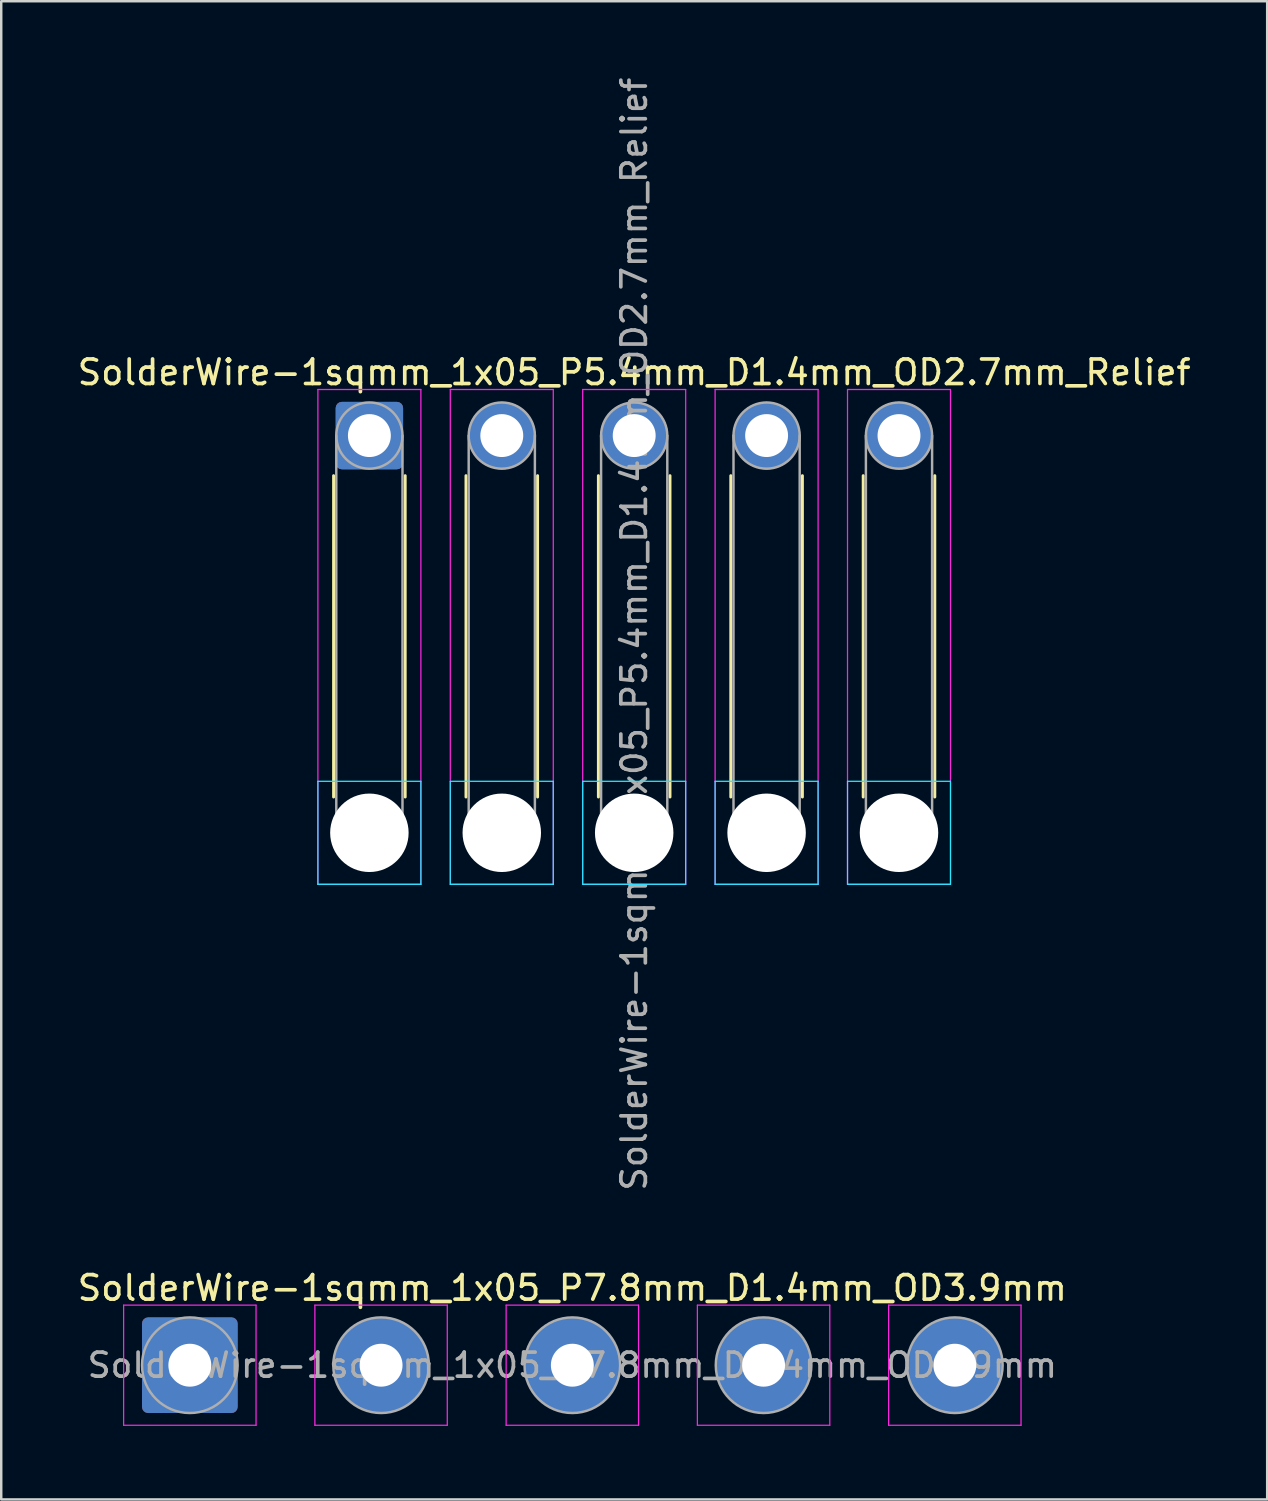
<source format=kicad_pcb>
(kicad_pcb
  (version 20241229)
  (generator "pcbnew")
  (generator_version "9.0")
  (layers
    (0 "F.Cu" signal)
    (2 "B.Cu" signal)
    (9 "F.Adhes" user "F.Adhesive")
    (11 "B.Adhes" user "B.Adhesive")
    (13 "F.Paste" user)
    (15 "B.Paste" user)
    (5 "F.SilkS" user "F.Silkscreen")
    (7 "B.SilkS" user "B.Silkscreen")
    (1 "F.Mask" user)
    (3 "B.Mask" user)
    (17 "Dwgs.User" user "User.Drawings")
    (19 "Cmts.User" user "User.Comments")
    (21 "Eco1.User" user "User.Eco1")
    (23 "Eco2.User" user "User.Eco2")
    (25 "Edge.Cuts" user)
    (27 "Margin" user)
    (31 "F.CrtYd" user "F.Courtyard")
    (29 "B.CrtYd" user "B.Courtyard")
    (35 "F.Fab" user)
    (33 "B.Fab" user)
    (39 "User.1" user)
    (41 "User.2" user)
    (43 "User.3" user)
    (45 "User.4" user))
  (footprint "SolderWire-1sqmm_1x05_P7.8mm_D1.4mm_OD3.9mm"
    (layer "F.Cu")
    (at 4.692 52.629)
    (property "Reference" "SolderWire-1sqmm_1x05_P7.8mm_D1.4mm_OD3.9mm" (at 15.6 -3.15 0) (layer "F.SilkS") (effects (font (size 1 1) (thickness 0.15))))
    (attr exclude_from_pos_files exclude_from_bom)
    (fp_line (start -2.7 -2.45) (end -2.7 2.45) (stroke (width 0.05) (type solid)) (layer "F.CrtYd"))
    (fp_line (start -2.7 2.45) (end 2.7 2.45) (stroke (width 0.05) (type solid)) (layer "F.CrtYd"))
    (fp_line (start 2.7 -2.45) (end -2.7 -2.45) (stroke (width 0.05) (type solid)) (layer "F.CrtYd"))
    (fp_line (start 2.7 2.45) (end 2.7 -2.45) (stroke (width 0.05) (type solid)) (layer "F.CrtYd"))
    (fp_line (start 5.1 -2.45) (end 5.1 2.45) (stroke (width 0.05) (type solid)) (layer "F.CrtYd"))
    (fp_line (start 5.1 2.45) (end 10.5 2.45) (stroke (width 0.05) (type solid)) (layer "F.CrtYd"))
    (fp_line (start 10.5 -2.45) (end 5.1 -2.45) (stroke (width 0.05) (type solid)) (layer "F.CrtYd"))
    (fp_line (start 10.5 2.45) (end 10.5 -2.45) (stroke (width 0.05) (type solid)) (layer "F.CrtYd"))
    (fp_line (start 12.9 -2.45) (end 12.9 2.45) (stroke (width 0.05) (type solid)) (layer "F.CrtYd"))
    (fp_line (start 12.9 2.45) (end 18.3 2.45) (stroke (width 0.05) (type solid)) (layer "F.CrtYd"))
    (fp_line (start 18.3 -2.45) (end 12.9 -2.45) (stroke (width 0.05) (type solid)) (layer "F.CrtYd"))
    (fp_line (start 18.3 2.45) (end 18.3 -2.45) (stroke (width 0.05) (type solid)) (layer "F.CrtYd"))
    (fp_line (start 20.7 -2.45) (end 20.7 2.45) (stroke (width 0.05) (type solid)) (layer "F.CrtYd"))
    (fp_line (start 20.7 2.45) (end 26.1 2.45) (stroke (width 0.05) (type solid)) (layer "F.CrtYd"))
    (fp_line (start 26.1 -2.45) (end 20.7 -2.45) (stroke (width 0.05) (type solid)) (layer "F.CrtYd"))
    (fp_line (start 26.1 2.45) (end 26.1 -2.45) (stroke (width 0.05) (type solid)) (layer "F.CrtYd"))
    (fp_line (start 28.5 -2.45) (end 28.5 2.45) (stroke (width 0.05) (type solid)) (layer "F.CrtYd"))
    (fp_line (start 28.5 2.45) (end 33.9 2.45) (stroke (width 0.05) (type solid)) (layer "F.CrtYd"))
    (fp_line (start 33.9 -2.45) (end 28.5 -2.45) (stroke (width 0.05) (type solid)) (layer "F.CrtYd"))
    (fp_line (start 33.9 2.45) (end 33.9 -2.45) (stroke (width 0.05) (type solid)) (layer "F.CrtYd"))
    (fp_circle (center 0 0) (end 1.95 0) (stroke (width 0.1) (type solid)) (fill no) (layer "F.Fab"))
    (fp_circle (center 7.8 0) (end 9.75 0) (stroke (width 0.1) (type solid)) (fill no) (layer "F.Fab"))
    (fp_circle (center 15.6 0) (end 17.55 0) (stroke (width 0.1) (type solid)) (fill no) (layer "F.Fab"))
    (fp_circle (center 23.4 0) (end 25.35 0) (stroke (width 0.1) (type solid)) (fill no) (layer "F.Fab"))
    (fp_circle (center 31.2 0) (end 33.15 0) (stroke (width 0.1) (type solid)) (fill no) (layer "F.Fab"))
    (fp_text user "${REFERENCE}" (at 15.6 0 0) (layer "F.Fab") (effects (font (size 0.98 0.98) (thickness 0.15))))
    (pad "1" thru_hole roundrect (at 0 0) (size 3.9 3.9) (drill 1.75) (layers "*.Cu" "*.Mask") (roundrect_rratio 0.064))
    (pad "2" thru_hole circle (at 7.8 0) (size 3.9 3.9) (drill 1.75) (layers "*.Cu" "*.Mask"))
    (pad "3" thru_hole circle (at 15.6 0) (size 3.9 3.9) (drill 1.75) (layers "*.Cu" "*.Mask"))
    (pad "4" thru_hole circle (at 23.4 0) (size 3.9 3.9) (drill 1.75) (layers "*.Cu" "*.Mask"))
    (pad "5" thru_hole circle (at 31.2 0) (size 3.9 3.9) (drill 1.75) (layers "*.Cu" "*.Mask")))
  (footprint "SolderWire-1sqmm_1x05_P5.4mm_D1.4mm_OD2.7mm_Relief"
    (layer "F.Cu")
    (at 12.015 14.715)
    (property "Reference" "SolderWire-1sqmm_1x05_P5.4mm_D1.4mm_OD2.7mm_Relief" (at 10.8 -2.58 0) (layer "F.SilkS") (effects (font (size 1 1) (thickness 0.15))))
    (attr exclude_from_pos_files exclude_from_bom)
    (fp_line (start -1.46 1.635) (end -1.46 14.74) (stroke (width 0.12) (type solid)) (layer "F.SilkS"))
    (fp_line (start 1.46 1.635) (end 1.46 14.74) (stroke (width 0.12) (type solid)) (layer "F.SilkS"))
    (fp_line (start 3.94 1.635) (end 3.94 14.74) (stroke (width 0.12) (type solid)) (layer "F.SilkS"))
    (fp_line (start 6.86 1.635) (end 6.86 14.74) (stroke (width 0.12) (type solid)) (layer "F.SilkS"))
    (fp_line (start 9.34 1.635) (end 9.34 14.74) (stroke (width 0.12) (type solid)) (layer "F.SilkS"))
    (fp_line (start 12.26 1.635) (end 12.26 14.74) (stroke (width 0.12) (type solid)) (layer "F.SilkS"))
    (fp_line (start 14.74 1.635) (end 14.74 14.74) (stroke (width 0.12) (type solid)) (layer "F.SilkS"))
    (fp_line (start 17.66 1.635) (end 17.66 14.74) (stroke (width 0.12) (type solid)) (layer "F.SilkS"))
    (fp_line (start 20.14 1.635) (end 20.14 14.74) (stroke (width 0.12) (type solid)) (layer "F.SilkS"))
    (fp_line (start 23.06 1.635) (end 23.06 14.74) (stroke (width 0.12) (type solid)) (layer "F.SilkS"))
    (fp_line (start -2.1 14.1) (end -2.1 18.3) (stroke (width 0.05) (type solid)) (layer "B.CrtYd"))
    (fp_line (start -2.1 18.3) (end 2.1 18.3) (stroke (width 0.05) (type solid)) (layer "B.CrtYd"))
    (fp_line (start 2.1 14.1) (end -2.1 14.1) (stroke (width 0.05) (type solid)) (layer "B.CrtYd"))
    (fp_line (start 2.1 18.3) (end 2.1 14.1) (stroke (width 0.05) (type solid)) (layer "B.CrtYd"))
    (fp_line (start 3.3 14.1) (end 3.3 18.3) (stroke (width 0.05) (type solid)) (layer "B.CrtYd"))
    (fp_line (start 3.3 18.3) (end 7.5 18.3) (stroke (width 0.05) (type solid)) (layer "B.CrtYd"))
    (fp_line (start 7.5 14.1) (end 3.3 14.1) (stroke (width 0.05) (type solid)) (layer "B.CrtYd"))
    (fp_line (start 7.5 18.3) (end 7.5 14.1) (stroke (width 0.05) (type solid)) (layer "B.CrtYd"))
    (fp_line (start 8.7 14.1) (end 8.7 18.3) (stroke (width 0.05) (type solid)) (layer "B.CrtYd"))
    (fp_line (start 8.7 18.3) (end 12.9 18.3) (stroke (width 0.05) (type solid)) (layer "B.CrtYd"))
    (fp_line (start 12.9 14.1) (end 8.7 14.1) (stroke (width 0.05) (type solid)) (layer "B.CrtYd"))
    (fp_line (start 12.9 18.3) (end 12.9 14.1) (stroke (width 0.05) (type solid)) (layer "B.CrtYd"))
    (fp_line (start 14.1 14.1) (end 14.1 18.3) (stroke (width 0.05) (type solid)) (layer "B.CrtYd"))
    (fp_line (start 14.1 18.3) (end 18.3 18.3) (stroke (width 0.05) (type solid)) (layer "B.CrtYd"))
    (fp_line (start 18.3 14.1) (end 14.1 14.1) (stroke (width 0.05) (type solid)) (layer "B.CrtYd"))
    (fp_line (start 18.3 18.3) (end 18.3 14.1) (stroke (width 0.05) (type solid)) (layer "B.CrtYd"))
    (fp_line (start 19.5 14.1) (end 19.5 18.3) (stroke (width 0.05) (type solid)) (layer "B.CrtYd"))
    (fp_line (start 19.5 18.3) (end 23.7 18.3) (stroke (width 0.05) (type solid)) (layer "B.CrtYd"))
    (fp_line (start 23.7 14.1) (end 19.5 14.1) (stroke (width 0.05) (type solid)) (layer "B.CrtYd"))
    (fp_line (start 23.7 18.3) (end 23.7 14.1) (stroke (width 0.05) (type solid)) (layer "B.CrtYd"))
    (fp_line (start -2.1 -1.88) (end -2.1 18.3) (stroke (width 0.05) (type solid)) (layer "F.CrtYd"))
    (fp_line (start -2.1 18.3) (end 2.1 18.3) (stroke (width 0.05) (type solid)) (layer "F.CrtYd"))
    (fp_line (start 2.1 -1.88) (end -2.1 -1.88) (stroke (width 0.05) (type solid)) (layer "F.CrtYd"))
    (fp_line (start 2.1 18.3) (end 2.1 -1.88) (stroke (width 0.05) (type solid)) (layer "F.CrtYd"))
    (fp_line (start 3.3 -1.88) (end 3.3 18.3) (stroke (width 0.05) (type solid)) (layer "F.CrtYd"))
    (fp_line (start 3.3 18.3) (end 7.5 18.3) (stroke (width 0.05) (type solid)) (layer "F.CrtYd"))
    (fp_line (start 7.5 -1.88) (end 3.3 -1.88) (stroke (width 0.05) (type solid)) (layer "F.CrtYd"))
    (fp_line (start 7.5 18.3) (end 7.5 -1.88) (stroke (width 0.05) (type solid)) (layer "F.CrtYd"))
    (fp_line (start 8.7 -1.88) (end 8.7 18.3) (stroke (width 0.05) (type solid)) (layer "F.CrtYd"))
    (fp_line (start 8.7 18.3) (end 12.9 18.3) (stroke (width 0.05) (type solid)) (layer "F.CrtYd"))
    (fp_line (start 12.9 -1.88) (end 8.7 -1.88) (stroke (width 0.05) (type solid)) (layer "F.CrtYd"))
    (fp_line (start 12.9 18.3) (end 12.9 -1.88) (stroke (width 0.05) (type solid)) (layer "F.CrtYd"))
    (fp_line (start 14.1 -1.88) (end 14.1 18.3) (stroke (width 0.05) (type solid)) (layer "F.CrtYd"))
    (fp_line (start 14.1 18.3) (end 18.3 18.3) (stroke (width 0.05) (type solid)) (layer "F.CrtYd"))
    (fp_line (start 18.3 -1.88) (end 14.1 -1.88) (stroke (width 0.05) (type solid)) (layer "F.CrtYd"))
    (fp_line (start 18.3 18.3) (end 18.3 -1.88) (stroke (width 0.05) (type solid)) (layer "F.CrtYd"))
    (fp_line (start 19.5 -1.88) (end 19.5 18.3) (stroke (width 0.05) (type solid)) (layer "F.CrtYd"))
    (fp_line (start 19.5 18.3) (end 23.7 18.3) (stroke (width 0.05) (type solid)) (layer "F.CrtYd"))
    (fp_line (start 23.7 -1.88) (end 19.5 -1.88) (stroke (width 0.05) (type solid)) (layer "F.CrtYd"))
    (fp_line (start 23.7 18.3) (end 23.7 -1.88) (stroke (width 0.05) (type solid)) (layer "F.CrtYd"))
    (fp_line (start -1.35 0) (end -1.35 16.2) (stroke (width 0.1) (type solid)) (layer "F.Fab"))
    (fp_line (start 1.35 0) (end 1.35 16.2) (stroke (width 0.1) (type solid)) (layer "F.Fab"))
    (fp_line (start 4.05 0) (end 4.05 16.2) (stroke (width 0.1) (type solid)) (layer "F.Fab"))
    (fp_line (start 6.75 0) (end 6.75 16.2) (stroke (width 0.1) (type solid)) (layer "F.Fab"))
    (fp_line (start 9.45 0) (end 9.45 16.2) (stroke (width 0.1) (type solid)) (layer "F.Fab"))
    (fp_line (start 12.15 0) (end 12.15 16.2) (stroke (width 0.1) (type solid)) (layer "F.Fab"))
    (fp_line (start 14.85 0) (end 14.85 16.2) (stroke (width 0.1) (type solid)) (layer "F.Fab"))
    (fp_line (start 17.55 0) (end 17.55 16.2) (stroke (width 0.1) (type solid)) (layer "F.Fab"))
    (fp_line (start 20.25 0) (end 20.25 16.2) (stroke (width 0.1) (type solid)) (layer "F.Fab"))
    (fp_line (start 22.95 0) (end 22.95 16.2) (stroke (width 0.1) (type solid)) (layer "F.Fab"))
    (fp_circle (center 0 0) (end 1.35 0) (stroke (width 0.1) (type solid)) (fill no) (layer "F.Fab"))
    (fp_circle (center 0 16.2) (end 1.35 16.2) (stroke (width 0.1) (type solid)) (fill no) (layer "F.Fab"))
    (fp_circle (center 5.4 0) (end 6.75 0) (stroke (width 0.1) (type solid)) (fill no) (layer "F.Fab"))
    (fp_circle (center 5.4 16.2) (end 6.75 16.2) (stroke (width 0.1) (type solid)) (fill no) (layer "F.Fab"))
    (fp_circle (center 10.8 0) (end 12.15 0) (stroke (width 0.1) (type solid)) (fill no) (layer "F.Fab"))
    (fp_circle (center 10.8 16.2) (end 12.15 16.2) (stroke (width 0.1) (type solid)) (fill no) (layer "F.Fab"))
    (fp_circle (center 16.2 0) (end 17.55 0) (stroke (width 0.1) (type solid)) (fill no) (layer "F.Fab"))
    (fp_circle (center 16.2 16.2) (end 17.55 16.2) (stroke (width 0.1) (type solid)) (fill no) (layer "F.Fab"))
    (fp_circle (center 21.6 0) (end 22.95 0) (stroke (width 0.1) (type solid)) (fill no) (layer "F.Fab"))
    (fp_circle (center 21.6 16.2) (end 22.95 16.2) (stroke (width 0.1) (type solid)) (fill no) (layer "F.Fab"))
    (fp_text user "${REFERENCE}" (at 10.8 8.1 90) (layer "F.Fab") (effects (font (size 1 1) (thickness 0.15))))
    (pad "" np_thru_hole circle (at 0 16.2) (size 3.2 3.2) (drill 3.2) (layers "*.Cu" "*.Mask"))
    (pad "" np_thru_hole circle (at 5.4 16.2) (size 3.2 3.2) (drill 3.2) (layers "*.Cu" "*.Mask"))
    (pad "" np_thru_hole circle (at 10.8 16.2) (size 3.2 3.2) (drill 3.2) (layers "*.Cu" "*.Mask"))
    (pad "" np_thru_hole circle (at 16.2 16.2) (size 3.2 3.2) (drill 3.2) (layers "*.Cu" "*.Mask"))
    (pad "" np_thru_hole circle (at 21.6 16.2) (size 3.2 3.2) (drill 3.2) (layers "*.Cu" "*.Mask"))
    (pad "1" thru_hole roundrect (at 0 0) (size 2.75 2.75) (drill 1.75) (layers "*.Cu" "*.Mask") (roundrect_rratio 0.091))
    (pad "2" thru_hole circle (at 5.4 0) (size 2.75 2.75) (drill 1.75) (layers "*.Cu" "*.Mask"))
    (pad "3" thru_hole circle (at 10.8 0) (size 2.75 2.75) (drill 1.75) (layers "*.Cu" "*.Mask"))
    (pad "4" thru_hole circle (at 16.2 0) (size 2.75 2.75) (drill 1.75) (layers "*.Cu" "*.Mask"))
    (pad "5" thru_hole circle (at 21.6 0) (size 2.75 2.75) (drill 1.75) (layers "*.Cu" "*.Mask")))
  (gr_rect
    (start -3 -3)
    (end 48.631 58.104)
    (stroke (width 0.1) (type default))
    (fill no)
    (layer "Edge.Cuts")))
</source>
